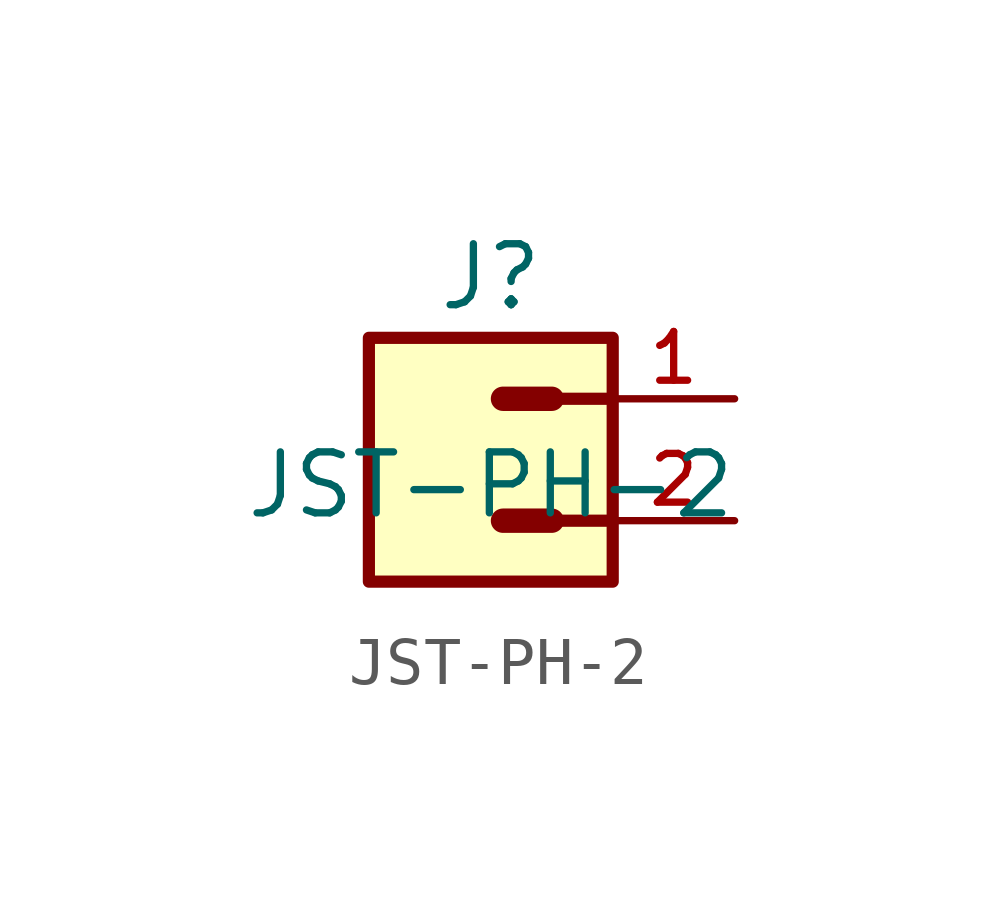
<source format=kicad_sym>
(kicad_symbol_lib
  (version 20211014)
  (generator kicad_symbol_editor)
  (symbol "JST-PH-2"
    (pin_names
      (offset 1.016))
    (property "Reference" "J"
      (at 0.0 5.08 0)
      (effects (font (size 1.27 1.27))))
    (property "Value" "JST-PH-2"
      (at 0 0.0 0)
      (effects (font (size 1.27 1.27)) (justify bottom)))
    (symbol "JST-PH-2_0_0"
      (polyline (pts (xy 2.54 2.54) (xy 1.27 2.54)) (stroke (width 0.254)))
      (polyline (pts (xy 2.54 0.0) (xy 1.27 0.0)) (stroke (width 0.254)))
      (polyline (pts (xy 1.27 2.54) (xy 0.254 2.54)) (stroke (width 0.508)))
      (polyline (pts (xy 1.27 0.0) (xy 0.254 0.0)) (stroke (width 0.508)))
      (rectangle (start -2.54 -1.27) (end 2.54 3.81) (stroke (width 0.254)) (fill (type background)))
      (pin bidirectional line (at 5.08 2.54 180.0) (length 2.54) (name "~" (effects (font (size 1.016 1.016)))) (number "1" (effects (font (size 1.016 1.016)))))
      (pin bidirectional line (at 5.08 0.0 180.0) (length 2.54) (name "~" (effects (font (size 1.016 1.016)))) (number "2" (effects (font (size 1.016 1.016))))))))
</source>
